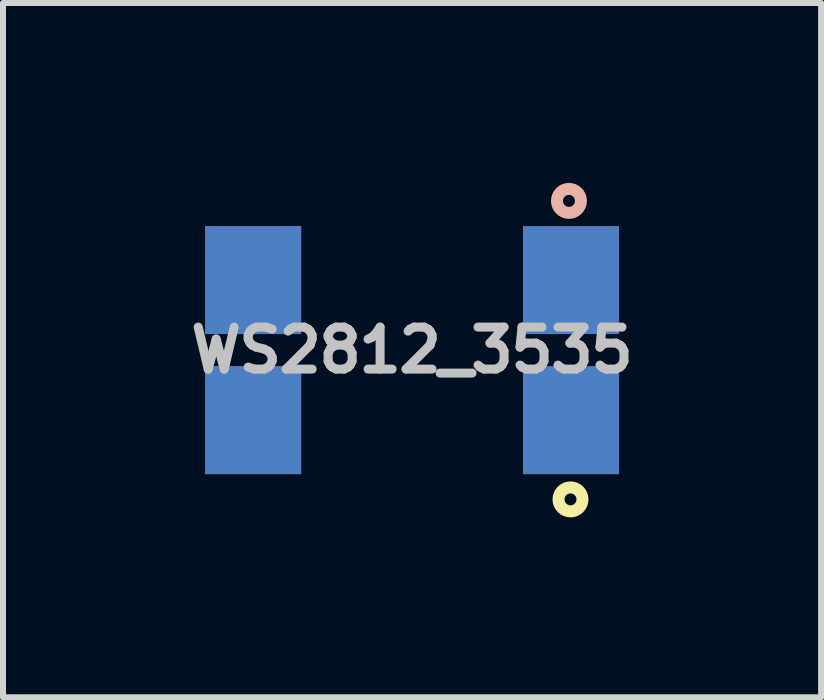
<source format=kicad_pcb>
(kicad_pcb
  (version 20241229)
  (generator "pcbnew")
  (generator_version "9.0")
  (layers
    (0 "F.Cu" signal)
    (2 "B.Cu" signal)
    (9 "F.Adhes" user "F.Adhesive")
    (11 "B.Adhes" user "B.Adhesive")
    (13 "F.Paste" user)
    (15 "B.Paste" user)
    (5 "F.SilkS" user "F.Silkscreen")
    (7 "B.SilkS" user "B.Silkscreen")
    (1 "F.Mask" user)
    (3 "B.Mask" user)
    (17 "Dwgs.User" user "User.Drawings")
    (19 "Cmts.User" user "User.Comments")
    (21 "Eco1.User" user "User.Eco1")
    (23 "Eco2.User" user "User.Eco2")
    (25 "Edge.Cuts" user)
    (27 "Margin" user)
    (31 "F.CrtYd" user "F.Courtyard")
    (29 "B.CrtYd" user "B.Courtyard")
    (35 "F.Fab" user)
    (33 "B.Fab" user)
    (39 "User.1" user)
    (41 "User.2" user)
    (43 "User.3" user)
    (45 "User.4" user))
  (footprint "WS2812_3535"
    (layer "F.Cu")
    (at 3.822 2.789)
    (property "Reference" "WS2812_3535" (at 0 0 180) (layer "Dwgs.User") (effects (font (size 0.7 0.7) (thickness 0.15))))
    (attr through_hole)
    (fp_circle (center 2.642 2.489) (end 2.842 2.489) (stroke (width 0.2) (type solid)) (fill no) (layer "F.SilkS"))
    (fp_circle (center 2.616 -2.489) (end 2.816 -2.489) (stroke (width 0.2) (type solid)) (fill no) (layer "B.SilkS"))
    (fp_line (start -1.75 -2.25) (end -1.75 2.25) (stroke (width 0.15) (type solid)) (layer "Eco1.User"))
    (fp_line (start -1.75 -2.25) (end 1.75 -2.25) (stroke (width 0.15) (type solid)) (layer "Eco1.User"))
    (fp_line (start 1.75 -2.25) (end 1.75 2.25) (stroke (width 0.15) (type solid)) (layer "Eco1.User"))
    (fp_line (start 1.75 2.25) (end -1.75 2.25) (stroke (width 0.15) (type solid)) (layer "Eco1.User"))
    (pad "1" smd rect (at -2.65 -1.168) (size 1.6 1.8) (layers "B.Cu" "B.Mask" "B.Paste"))
    (pad "1" smd rect (at -2.65 1.168) (size 1.6 1.8) (layers "F.Cu" "F.Mask" "F.Paste"))
    (pad "2" smd rect (at -2.65 -1.168) (size 1.6 1.8) (layers "F.Cu" "F.Mask" "F.Paste"))
    (pad "2" smd rect (at -2.65 1.168) (size 1.6 1.8) (layers "B.Cu" "B.Mask" "B.Paste"))
    (pad "3" smd rect (at 2.65 -1.168) (size 1.6 1.8) (layers "F.Cu" "F.Mask" "F.Paste"))
    (pad "3" smd rect (at 2.65 1.168) (size 1.6 1.8) (layers "B.Cu" "B.Mask" "B.Paste"))
    (pad "4" smd rect (at 2.65 -1.168) (size 1.6 1.8) (layers "B.Cu" "B.Mask" "B.Paste"))
    (pad "4" smd rect (at 2.65 1.168) (size 1.6 1.8) (layers "F.Cu" "F.Mask" "F.Paste")))
  (gr_rect
    (start -3 -3)
    (end 10.643 8.578)
    (stroke (width 0.1) (type default))
    (fill no)
    (layer "Edge.Cuts")))
</source>
